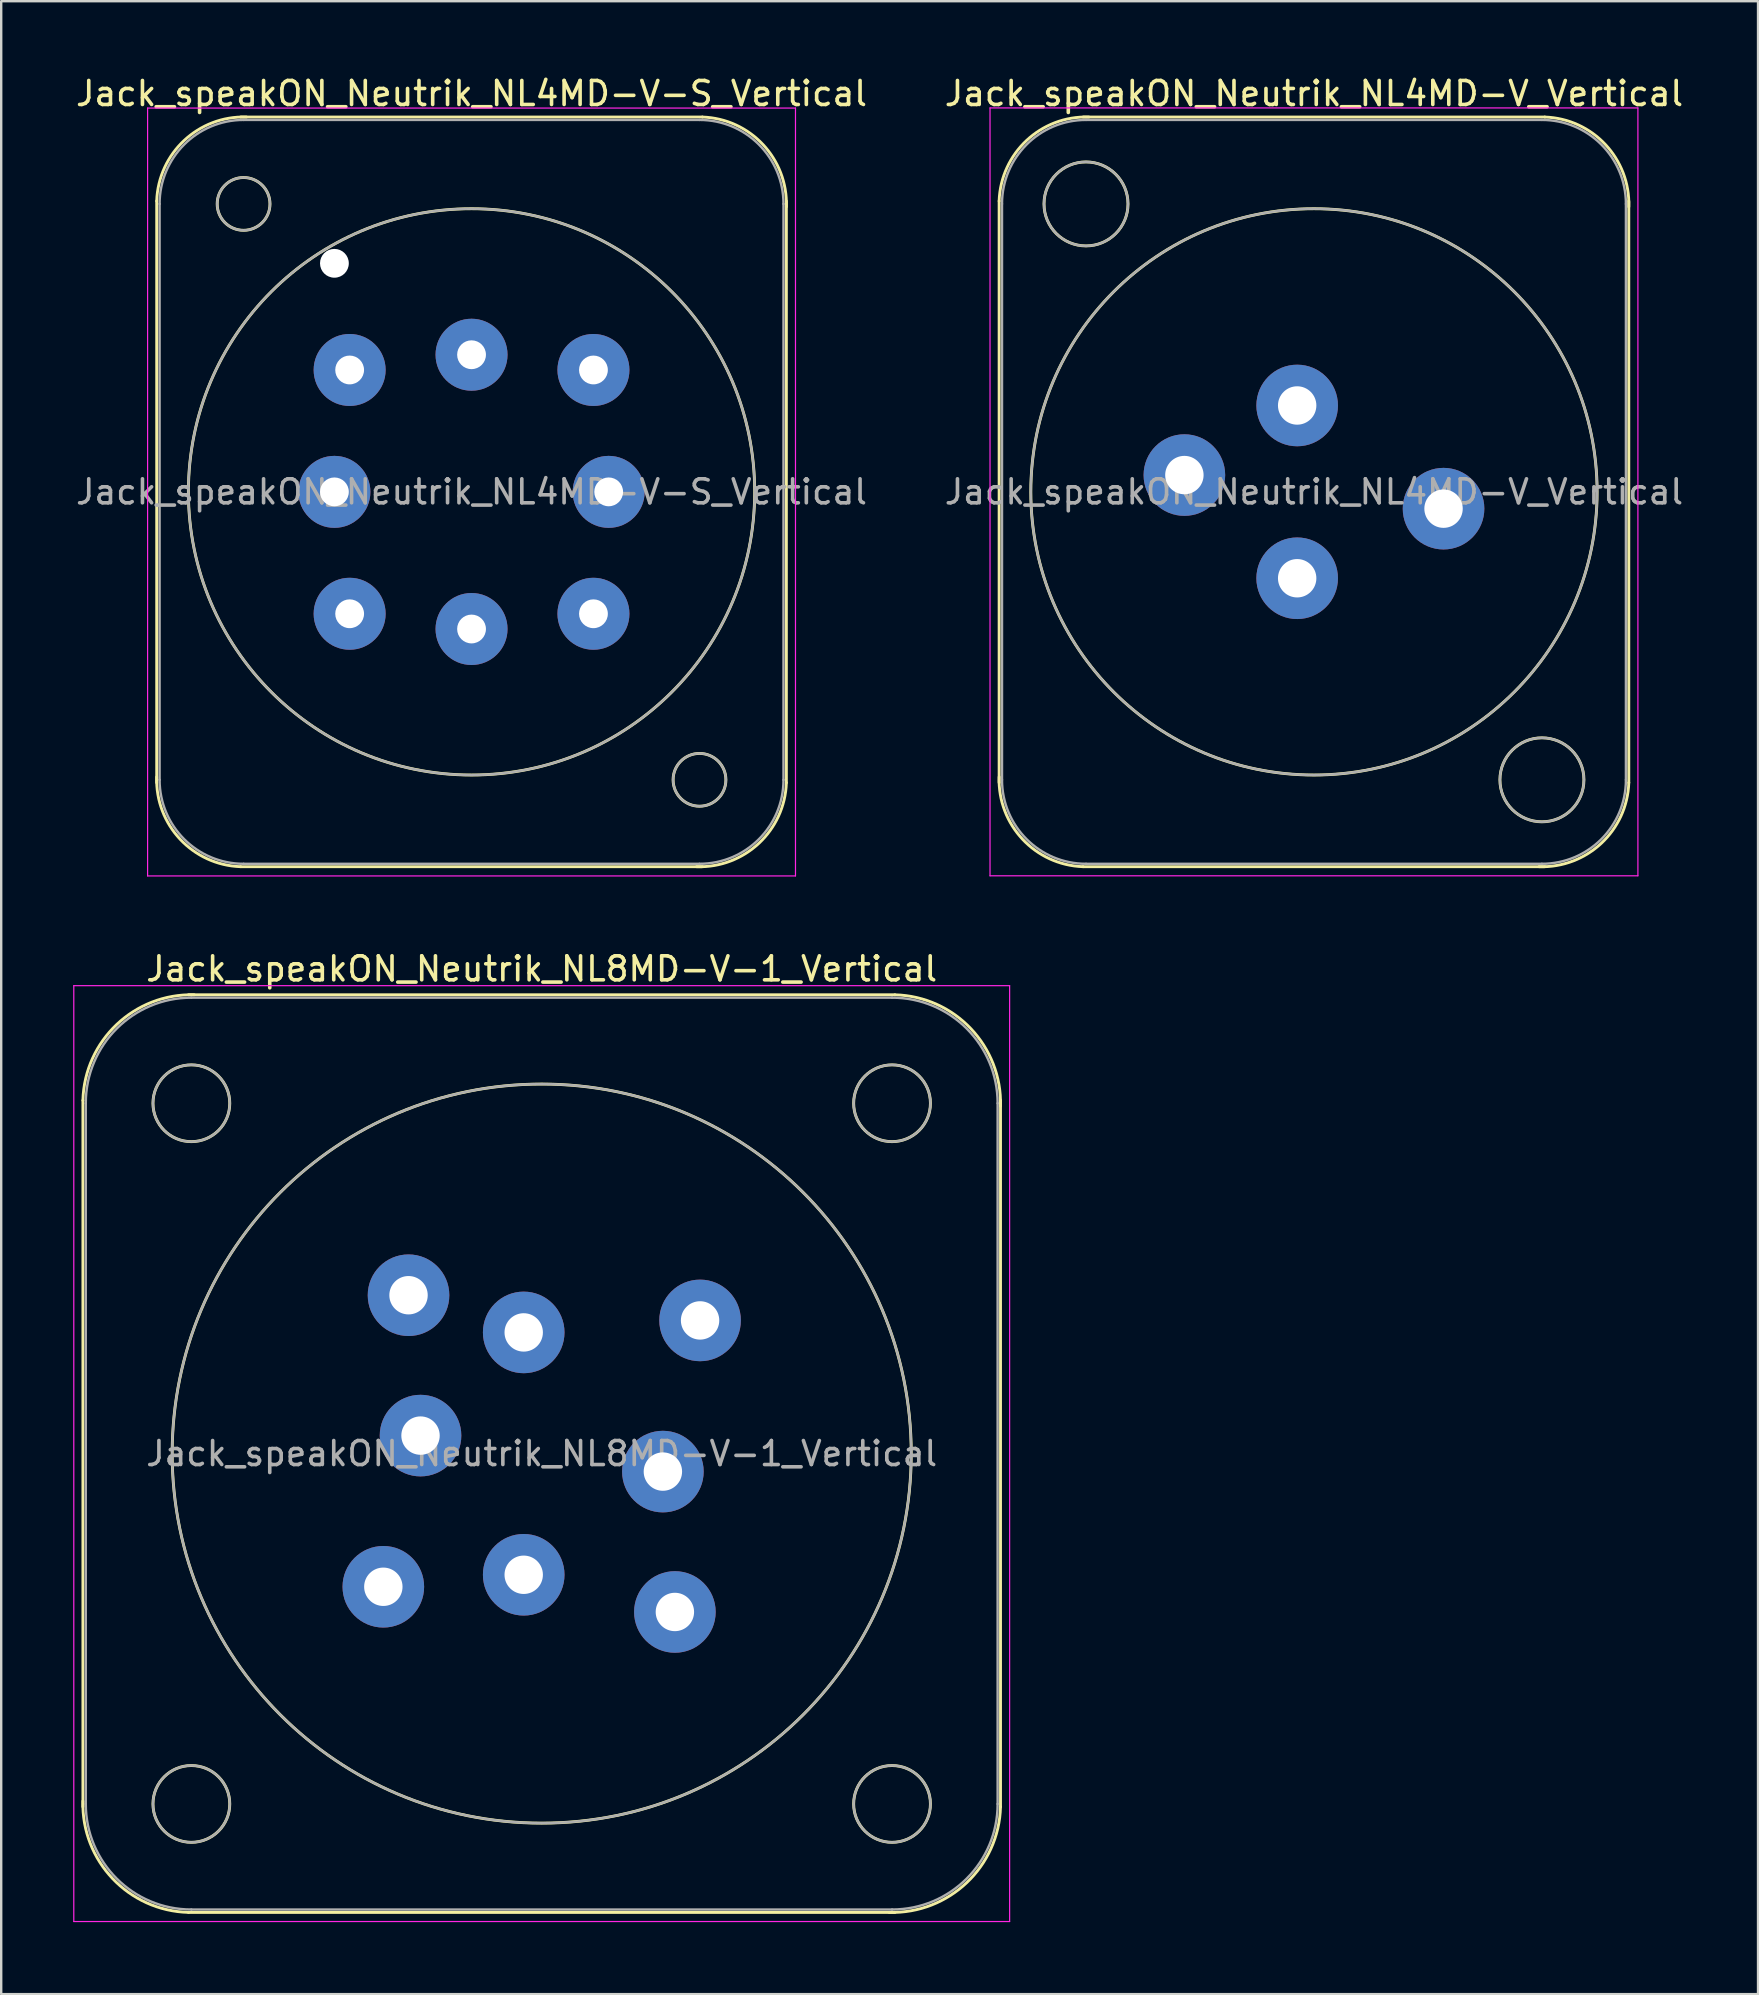
<source format=kicad_pcb>
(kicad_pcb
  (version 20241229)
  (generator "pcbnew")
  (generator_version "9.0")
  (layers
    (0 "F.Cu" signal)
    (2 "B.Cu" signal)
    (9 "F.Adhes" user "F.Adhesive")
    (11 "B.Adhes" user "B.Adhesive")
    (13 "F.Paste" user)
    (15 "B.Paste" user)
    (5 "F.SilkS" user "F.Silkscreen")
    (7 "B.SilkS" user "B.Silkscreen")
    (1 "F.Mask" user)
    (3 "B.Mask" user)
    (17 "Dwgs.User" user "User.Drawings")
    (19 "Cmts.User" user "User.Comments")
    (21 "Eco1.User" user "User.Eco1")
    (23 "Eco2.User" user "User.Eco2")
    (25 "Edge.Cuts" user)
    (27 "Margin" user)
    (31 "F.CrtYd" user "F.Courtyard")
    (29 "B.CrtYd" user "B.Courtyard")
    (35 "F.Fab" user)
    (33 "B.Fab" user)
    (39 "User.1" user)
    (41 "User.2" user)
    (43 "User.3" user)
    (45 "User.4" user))
  (footprint "Jack_speakON_Neutrik_NL4MD-V-S_Vertical"
    (layer "F.Cu")
    (at 16.601 11.733)
    (property "Reference" "Jack_speakON_Neutrik_NL4MD-V-S_Vertical" (at 0 -10.885 0) (layer "F.SilkS") (effects (font (size 1 1) (thickness 0.15))))
    (attr through_hole)
    (fp_line (start -13.12 17.835) (end -13.12 -6.405) (stroke (width 0.12) (type solid)) (layer "F.SilkS"))
    (fp_line (start -9.62 -9.905) (end 9.62 -9.905) (stroke (width 0.12) (type solid)) (layer "F.SilkS"))
    (fp_line (start -9.62 21.335) (end 9.62 21.335) (stroke (width 0.12) (type solid)) (layer "F.SilkS"))
    (fp_line (start 13.12 17.835) (end 13.12 -6.405) (stroke (width 0.12) (type solid)) (layer "F.SilkS"))
    (fp_arc (start -13.12 -6.405) (mid -11.974874 -8.929579) (end -9.38 -9.905) (stroke (width 0.12) (type solid)) (layer "F.SilkS"))
    (fp_arc (start -9.62 21.335) (mid -12.144579 20.189874) (end -13.12 17.595) (stroke (width 0.12) (type solid)) (layer "F.SilkS"))
    (fp_arc (start 9.62 -9.905) (mid 12.144579 -8.759874) (end 13.12 -6.165) (stroke (width 0.12) (type solid)) (layer "F.SilkS"))
    (fp_arc (start 13.12 17.835) (mid 11.974874 20.359579) (end 9.38 21.335) (stroke (width 0.12) (type solid)) (layer "F.SilkS"))
    (fp_circle (center -9.5 -6.285) (end -8.4 -6.285) (stroke (width 0.12) (type solid)) (fill no) (layer "F.SilkS"))
    (fp_circle (center 0 5.715) (end 11.8 5.715) (stroke (width 0.12) (type solid)) (fill no) (layer "F.SilkS"))
    (fp_circle (center 9.5 17.715) (end 10.6 17.715) (stroke (width 0.12) (type solid)) (fill no) (layer "F.SilkS"))
    (fp_line (start -13.5 -10.28) (end 13.5 -10.28) (stroke (width 0.05) (type solid)) (layer "F.CrtYd"))
    (fp_line (start -13.5 21.72) (end -13.5 -10.28) (stroke (width 0.05) (type solid)) (layer "F.CrtYd"))
    (fp_line (start -13.5 21.72) (end 13.5 21.72) (stroke (width 0.05) (type solid)) (layer "F.CrtYd"))
    (fp_line (start 13.5 21.72) (end 13.5 -10.28) (stroke (width 0.05) (type solid)) (layer "F.CrtYd"))
    (fp_line (start -13 17.715) (end -13 -6.285) (stroke (width 0.1) (type solid)) (layer "F.Fab"))
    (fp_line (start -9.5 -9.785) (end 9.5 -9.785) (stroke (width 0.1) (type solid)) (layer "F.Fab"))
    (fp_line (start -9.5 21.215) (end 9.5 21.215) (stroke (width 0.1) (type solid)) (layer "F.Fab"))
    (fp_line (start 13 17.715) (end 13 -6.285) (stroke (width 0.1) (type solid)) (layer "F.Fab"))
    (fp_arc (start -13 -6.285) (mid -11.974874 -8.759874) (end -9.5 -9.785) (stroke (width 0.1) (type solid)) (layer "F.Fab"))
    (fp_arc (start -9.5 21.215) (mid -11.974874 20.189874) (end -13 17.715) (stroke (width 0.1) (type solid)) (layer "F.Fab"))
    (fp_arc (start 9.5 -9.785) (mid 11.974874 -8.759874) (end 13 -6.285) (stroke (width 0.1) (type solid)) (layer "F.Fab"))
    (fp_arc (start 13 17.715) (mid 11.974874 20.189874) (end 9.5 21.215) (stroke (width 0.1) (type solid)) (layer "F.Fab"))
    (fp_circle (center -9.5 -6.285) (end -8.4 -6.285) (stroke (width 0.1) (type solid)) (fill no) (layer "F.Fab"))
    (fp_circle (center 0 5.715) (end 11.8 5.715) (stroke (width 0.1) (type solid)) (fill no) (layer "F.Fab"))
    (fp_circle (center 9.5 17.715) (end 8.4 17.715) (stroke (width 0.1) (type solid)) (fill no) (layer "F.Fab"))
    (fp_text user "${REFERENCE}" (at 0 5.715 0) (layer "F.Fab") (effects (font (size 1 1) (thickness 0.15))))
    (pad "" np_thru_hole circle (at -5.715 -3.81) (size 1.2 1.2) (drill 1.2) (layers "*.Cu" "*.Mask"))
    (pad "1+" thru_hole circle (at 0 0) (size 3 3) (drill 1.2) (layers "*.Cu" "*.Mask"))
    (pad "1+N" thru_hole circle (at 5.08 0.635) (size 3 3) (drill 1.2) (layers "*.Cu" "*.Mask"))
    (pad "1-" thru_hole circle (at -5.715 5.715) (size 3 3) (drill 1.2) (layers "*.Cu" "*.Mask"))
    (pad "1-N" thru_hole circle (at -5.08 0.635) (size 3 3) (drill 1.2) (layers "*.Cu" "*.Mask"))
    (pad "2+" thru_hole circle (at 0 11.43) (size 3 3) (drill 1.2) (layers "*.Cu" "*.Mask"))
    (pad "2+N" thru_hole circle (at -5.08 10.795) (size 3 3) (drill 1.2) (layers "*.Cu" "*.Mask"))
    (pad "2-" thru_hole circle (at 5.715 5.715) (size 3 3) (drill 1.2) (layers "*.Cu" "*.Mask"))
    (pad "2-N" thru_hole circle (at 5.08 10.795) (size 3 3) (drill 1.2) (layers "*.Cu" "*.Mask")))
  (footprint "Jack_speakON_Neutrik_NL8MD-V-1_Vertical"
    (layer "F.Cu")
    (at 18.775 52.477)
    (property "Reference" "Jack_speakON_Neutrik_NL8MD-V-1_Vertical" (at 0.75 -15.15 0) (layer "F.SilkS") (effects (font (size 1 1) (thickness 0.15))))
    (attr through_hole)
    (fp_line (start -18.37 19.77) (end -18.37 -9.67) (stroke (width 0.12) (type solid)) (layer "F.SilkS"))
    (fp_line (start -13.97 -14.07) (end 15.47 -14.07) (stroke (width 0.12) (type solid)) (layer "F.SilkS"))
    (fp_line (start -13.97 24.17) (end 15.47 24.17) (stroke (width 0.12) (type solid)) (layer "F.SilkS"))
    (fp_line (start 19.87 19.77) (end 19.87 -9.67) (stroke (width 0.12) (type solid)) (layer "F.SilkS"))
    (fp_arc (start -18.37 -9.67) (mid -16.96127 -12.830975) (end -13.73 -14.07) (stroke (width 0.12) (type solid)) (layer "F.SilkS"))
    (fp_arc (start -13.97 24.17) (mid -17.130975 22.76127) (end -18.37 19.53) (stroke (width 0.12) (type solid)) (layer "F.SilkS"))
    (fp_arc (start 15.47 -14.07) (mid 18.630975 -12.66127) (end 19.87 -9.43) (stroke (width 0.12) (type solid)) (layer "F.SilkS"))
    (fp_arc (start 19.87 19.77) (mid 18.46127 22.930975) (end 15.23 24.17) (stroke (width 0.12) (type solid)) (layer "F.SilkS"))
    (fp_circle (center -13.85 -9.55) (end -12.25 -9.55) (stroke (width 0.12) (type solid)) (fill no) (layer "F.SilkS"))
    (fp_circle (center -13.85 19.65) (end -12.25 19.65) (stroke (width 0.12) (type solid)) (fill no) (layer "F.SilkS"))
    (fp_circle (center 0.75 5.05) (end 16.15 5.05) (stroke (width 0.12) (type solid)) (fill no) (layer "F.SilkS"))
    (fp_circle (center 15.35 -9.55) (end 16.95 -9.55) (stroke (width 0.12) (type solid)) (fill no) (layer "F.SilkS"))
    (fp_circle (center 15.35 19.65) (end 16.95 19.65) (stroke (width 0.12) (type solid)) (fill no) (layer "F.SilkS"))
    (fp_line (start -18.75 -14.45) (end 20.25 -14.45) (stroke (width 0.05) (type solid)) (layer "F.CrtYd"))
    (fp_line (start -18.75 24.55) (end -18.75 -14.45) (stroke (width 0.05) (type solid)) (layer "F.CrtYd"))
    (fp_line (start -18.75 24.55) (end 20.25 24.55) (stroke (width 0.05) (type solid)) (layer "F.CrtYd"))
    (fp_line (start 20.25 24.55) (end 20.25 -14.45) (stroke (width 0.05) (type solid)) (layer "F.CrtYd"))
    (fp_line (start -18.25 19.65) (end -18.25 -9.55) (stroke (width 0.1) (type solid)) (layer "F.Fab"))
    (fp_line (start -13.85 -13.95) (end 15.35 -13.95) (stroke (width 0.1) (type solid)) (layer "F.Fab"))
    (fp_line (start -13.85 24.05) (end 15.35 24.05) (stroke (width 0.1) (type solid)) (layer "F.Fab"))
    (fp_line (start 19.75 19.65) (end 19.75 -9.55) (stroke (width 0.1) (type solid)) (layer "F.Fab"))
    (fp_arc (start -18.25 -9.55) (mid -16.96127 -12.66127) (end -13.85 -13.95) (stroke (width 0.1) (type solid)) (layer "F.Fab"))
    (fp_arc (start -13.85 24.05) (mid -16.96127 22.76127) (end -18.25 19.65) (stroke (width 0.1) (type solid)) (layer "F.Fab"))
    (fp_arc (start 15.35 -13.95) (mid 18.46127 -12.66127) (end 19.75 -9.55) (stroke (width 0.1) (type solid)) (layer "F.Fab"))
    (fp_arc (start 19.75 19.65) (mid 18.46127 22.76127) (end 15.35 24.05) (stroke (width 0.1) (type solid)) (layer "F.Fab"))
    (fp_circle (center -13.85 -9.55) (end -12.25 -9.55) (stroke (width 0.1) (type solid)) (fill no) (layer "F.Fab"))
    (fp_circle (center -13.85 19.65) (end -12.25 19.65) (stroke (width 0.1) (type solid)) (fill no) (layer "F.Fab"))
    (fp_circle (center 0.75 5.05) (end 16.15 5.05) (stroke (width 0.1) (type solid)) (fill no) (layer "F.Fab"))
    (fp_circle (center 15.35 -9.55) (end 13.75 -9.55) (stroke (width 0.1) (type solid)) (fill no) (layer "F.Fab"))
    (fp_circle (center 15.35 19.65) (end 13.75 19.65) (stroke (width 0.1) (type solid)) (fill no) (layer "F.Fab"))
    (fp_text user "${REFERENCE}" (at 0.75 5.05 0) (layer "F.Fab") (effects (font (size 1 1) (thickness 0.15))))
    (pad "1+" thru_hole circle (at 0 0) (size 3.4 3.4) (drill 1.6) (layers "*.Cu" "*.Mask"))
    (pad "1-" thru_hole circle (at -4.8 -1.55) (size 3.4 3.4) (drill 1.6) (layers "*.Cu" "*.Mask"))
    (pad "2+" thru_hole circle (at -4.3 4.3) (size 3.4 3.4) (drill 1.6) (layers "*.Cu" "*.Mask"))
    (pad "2-" thru_hole circle (at -5.85 10.6) (size 3.4 3.4) (drill 1.6) (layers "*.Cu" "*.Mask"))
    (pad "3+" thru_hole circle (at 0 10.1) (size 3.4 3.4) (drill 1.6) (layers "*.Cu" "*.Mask"))
    (pad "3-" thru_hole circle (at 6.3 11.65) (size 3.4 3.4) (drill 1.6) (layers "*.Cu" "*.Mask"))
    (pad "4+" thru_hole circle (at 5.8 5.8) (size 3.4 3.4) (drill 1.6) (layers "*.Cu" "*.Mask"))
    (pad "4-" thru_hole circle (at 7.35 -0.5) (size 3.4 3.4) (drill 1.6) (layers "*.Cu" "*.Mask")))
  (footprint "Jack_speakON_Neutrik_NL4MD-V_Vertical"
    (layer "F.Cu")
    (at 51.008 13.848)
    (property "Reference" "Jack_speakON_Neutrik_NL4MD-V_Vertical" (at 0.7 -13 0) (layer "F.SilkS") (effects (font (size 1 1) (thickness 0.15))))
    (attr through_hole)
    (fp_line (start -12.42 15.72) (end -12.42 -8.52) (stroke (width 0.12) (type solid)) (layer "F.SilkS"))
    (fp_line (start -8.92 -12.02) (end 10.32 -12.02) (stroke (width 0.12) (type solid)) (layer "F.SilkS"))
    (fp_line (start -8.92 19.22) (end 10.32 19.22) (stroke (width 0.12) (type solid)) (layer "F.SilkS"))
    (fp_line (start 13.82 15.72) (end 13.82 -8.52) (stroke (width 0.12) (type solid)) (layer "F.SilkS"))
    (fp_arc (start -12.42 -8.52) (mid -11.274874 -11.044579) (end -8.68 -12.02) (stroke (width 0.12) (type solid)) (layer "F.SilkS"))
    (fp_arc (start -8.92 19.22) (mid -11.444579 18.074874) (end -12.42 15.48) (stroke (width 0.12) (type solid)) (layer "F.SilkS"))
    (fp_arc (start 10.32 -12.02) (mid 12.844579 -10.874874) (end 13.82 -8.28) (stroke (width 0.12) (type solid)) (layer "F.SilkS"))
    (fp_arc (start 13.82 15.72) (mid 12.674874 18.244579) (end 10.08 19.22) (stroke (width 0.12) (type solid)) (layer "F.SilkS"))
    (fp_circle (center -8.8 -8.4) (end -7.05 -8.4) (stroke (width 0.12) (type solid)) (fill no) (layer "F.SilkS"))
    (fp_circle (center 0.7 3.6) (end 12.5 3.6) (stroke (width 0.12) (type solid)) (fill no) (layer "F.SilkS"))
    (fp_circle (center 10.2 15.6) (end 11.95 15.6) (stroke (width 0.12) (type solid)) (fill no) (layer "F.SilkS"))
    (fp_line (start -12.8 -12.4) (end 14.2 -12.4) (stroke (width 0.05) (type solid)) (layer "F.CrtYd"))
    (fp_line (start -12.8 19.6) (end -12.8 -12.4) (stroke (width 0.05) (type solid)) (layer "F.CrtYd"))
    (fp_line (start -12.8 19.6) (end 14.2 19.6) (stroke (width 0.05) (type solid)) (layer "F.CrtYd"))
    (fp_line (start 14.2 19.6) (end 14.2 -12.4) (stroke (width 0.05) (type solid)) (layer "F.CrtYd"))
    (fp_line (start -12.3 15.6) (end -12.3 -8.4) (stroke (width 0.1) (type solid)) (layer "F.Fab"))
    (fp_line (start -8.8 -11.9) (end 10.2 -11.9) (stroke (width 0.1) (type solid)) (layer "F.Fab"))
    (fp_line (start -8.8 19.1) (end 10.2 19.1) (stroke (width 0.1) (type solid)) (layer "F.Fab"))
    (fp_line (start 13.7 15.6) (end 13.7 -8.4) (stroke (width 0.1) (type solid)) (layer "F.Fab"))
    (fp_arc (start -12.3 -8.4) (mid -11.274874 -10.874874) (end -8.8 -11.9) (stroke (width 0.1) (type solid)) (layer "F.Fab"))
    (fp_arc (start -8.8 19.1) (mid -11.274874 18.074874) (end -12.3 15.6) (stroke (width 0.1) (type solid)) (layer "F.Fab"))
    (fp_arc (start 10.2 -11.9) (mid 12.674874 -10.874874) (end 13.7 -8.4) (stroke (width 0.1) (type solid)) (layer "F.Fab"))
    (fp_arc (start 13.7 15.6) (mid 12.674874 18.074874) (end 10.2 19.1) (stroke (width 0.1) (type solid)) (layer "F.Fab"))
    (fp_circle (center -8.8 -8.4) (end -7.05 -8.4) (stroke (width 0.1) (type solid)) (fill no) (layer "F.Fab"))
    (fp_circle (center 0.7 3.6) (end 12.5 3.6) (stroke (width 0.1) (type solid)) (fill no) (layer "F.Fab"))
    (fp_circle (center 10.2 15.6) (end 8.45 15.6) (stroke (width 0.1) (type solid)) (fill no) (layer "F.Fab"))
    (fp_text user "${REFERENCE}" (at 0.7 3.6 0) (layer "F.Fab") (effects (font (size 1 1) (thickness 0.15))))
    (pad "1+" thru_hole circle (at 0 0) (size 3.4 3.4) (drill 1.6) (layers "*.Cu" "*.Mask"))
    (pad "1-" thru_hole circle (at -4.7 2.9) (size 3.4 3.4) (drill 1.6) (layers "*.Cu" "*.Mask"))
    (pad "2+" thru_hole circle (at 0 7.2) (size 3.4 3.4) (drill 1.6) (layers "*.Cu" "*.Mask"))
    (pad "2-" thru_hole circle (at 6.1 4.3) (size 3.4 3.4) (drill 1.6) (layers "*.Cu" "*.Mask")))
  (gr_rect
    (start -3 -3)
    (end 70.214 80.052)
    (stroke (width 0.1) (type default))
    (fill no)
    (layer "Edge.Cuts")))
</source>
